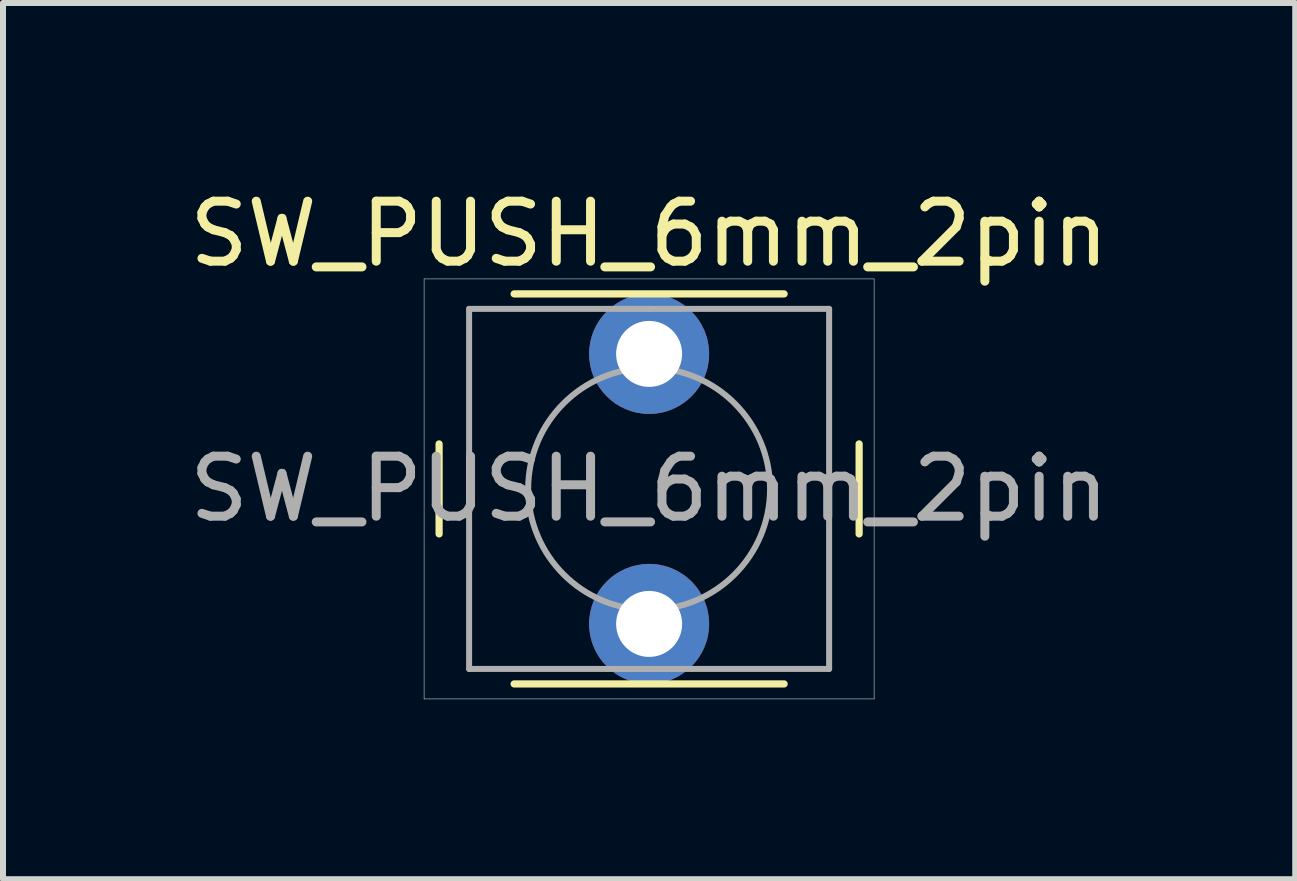
<source format=kicad_pcb>
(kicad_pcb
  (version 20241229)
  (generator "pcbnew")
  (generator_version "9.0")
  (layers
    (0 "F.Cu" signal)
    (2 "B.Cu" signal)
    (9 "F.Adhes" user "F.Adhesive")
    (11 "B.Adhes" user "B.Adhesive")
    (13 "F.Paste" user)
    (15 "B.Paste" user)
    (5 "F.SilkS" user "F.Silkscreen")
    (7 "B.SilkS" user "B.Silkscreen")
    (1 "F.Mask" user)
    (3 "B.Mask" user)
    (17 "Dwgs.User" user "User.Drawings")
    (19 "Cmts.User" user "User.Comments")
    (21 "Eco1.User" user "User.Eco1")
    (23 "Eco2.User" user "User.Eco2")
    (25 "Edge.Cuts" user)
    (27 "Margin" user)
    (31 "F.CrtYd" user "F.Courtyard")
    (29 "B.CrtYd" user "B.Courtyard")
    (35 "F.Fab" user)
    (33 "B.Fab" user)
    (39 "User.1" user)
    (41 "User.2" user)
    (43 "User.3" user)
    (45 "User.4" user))
  (footprint "SW_PUSH_6mm_2pin"
    (layer "F.Cu")
    (at 4.518 2.848)
    (property "Reference" "SW_PUSH_6mm_2pin" (at 3.25 -2 0) (layer "F.SilkS") (effects (font (size 1 1) (thickness 0.15))))
    (attr through_hole)
    (fp_line (start -0.25 1.5) (end -0.25 3) (stroke (width 0.12) (type solid)) (layer "F.SilkS"))
    (fp_line (start 1 5.5) (end 5.5 5.5) (stroke (width 0.12) (type solid)) (layer "F.SilkS"))
    (fp_line (start 5.5 -1) (end 1 -1) (stroke (width 0.12) (type solid)) (layer "F.SilkS"))
    (fp_line (start 6.75 3) (end 6.75 1.5) (stroke (width 0.12) (type solid)) (layer "F.SilkS"))
    (fp_line (start -0.5 -1.25) (end 7 -1.25) (stroke (width 0.01) (type solid)) (layer "Dwgs.User"))
    (fp_line (start -0.5 5.75) (end -0.5 -1.25) (stroke (width 0.01) (type solid)) (layer "Dwgs.User"))
    (fp_line (start 7 -1.25) (end 7 5.75) (stroke (width 0.01) (type solid)) (layer "Dwgs.User"))
    (fp_line (start 7 5.75) (end -0.5 5.75) (stroke (width 0.01) (type solid)) (layer "Dwgs.User"))
    (fp_line (start 0.25 -0.75) (end 3.25 -0.75) (stroke (width 0.1) (type solid)) (layer "F.Fab"))
    (fp_line (start 0.25 5.25) (end 0.25 -0.75) (stroke (width 0.1) (type solid)) (layer "F.Fab"))
    (fp_line (start 3.25 -0.75) (end 6.25 -0.75) (stroke (width 0.1) (type solid)) (layer "F.Fab"))
    (fp_line (start 6.25 -0.75) (end 6.25 5.25) (stroke (width 0.1) (type solid)) (layer "F.Fab"))
    (fp_line (start 6.25 5.25) (end 0.25 5.25) (stroke (width 0.1) (type solid)) (layer "F.Fab"))
    (fp_circle (center 3.25 2.25) (end 1.25 2.5) (stroke (width 0.1) (type solid)) (fill no) (layer "F.Fab"))
    (fp_text user "${REFERENCE}" (at 3.25 2.25 0) (layer "F.Fab") (effects (font (size 1 1) (thickness 0.15))))
    (pad "1" thru_hole circle (at 3.25 0 90) (size 2 2) (drill 1.1) (layers "*.Cu" "*.Mask"))
    (pad "2" thru_hole circle (at 3.25 4.5 90) (size 2 2) (drill 1.1) (layers "*.Cu" "*.Mask")))
  (gr_rect
    (start -3 -3)
    (end 18.536 11.603)
    (stroke (width 0.1) (type default))
    (fill no)
    (layer "Edge.Cuts")))
</source>
